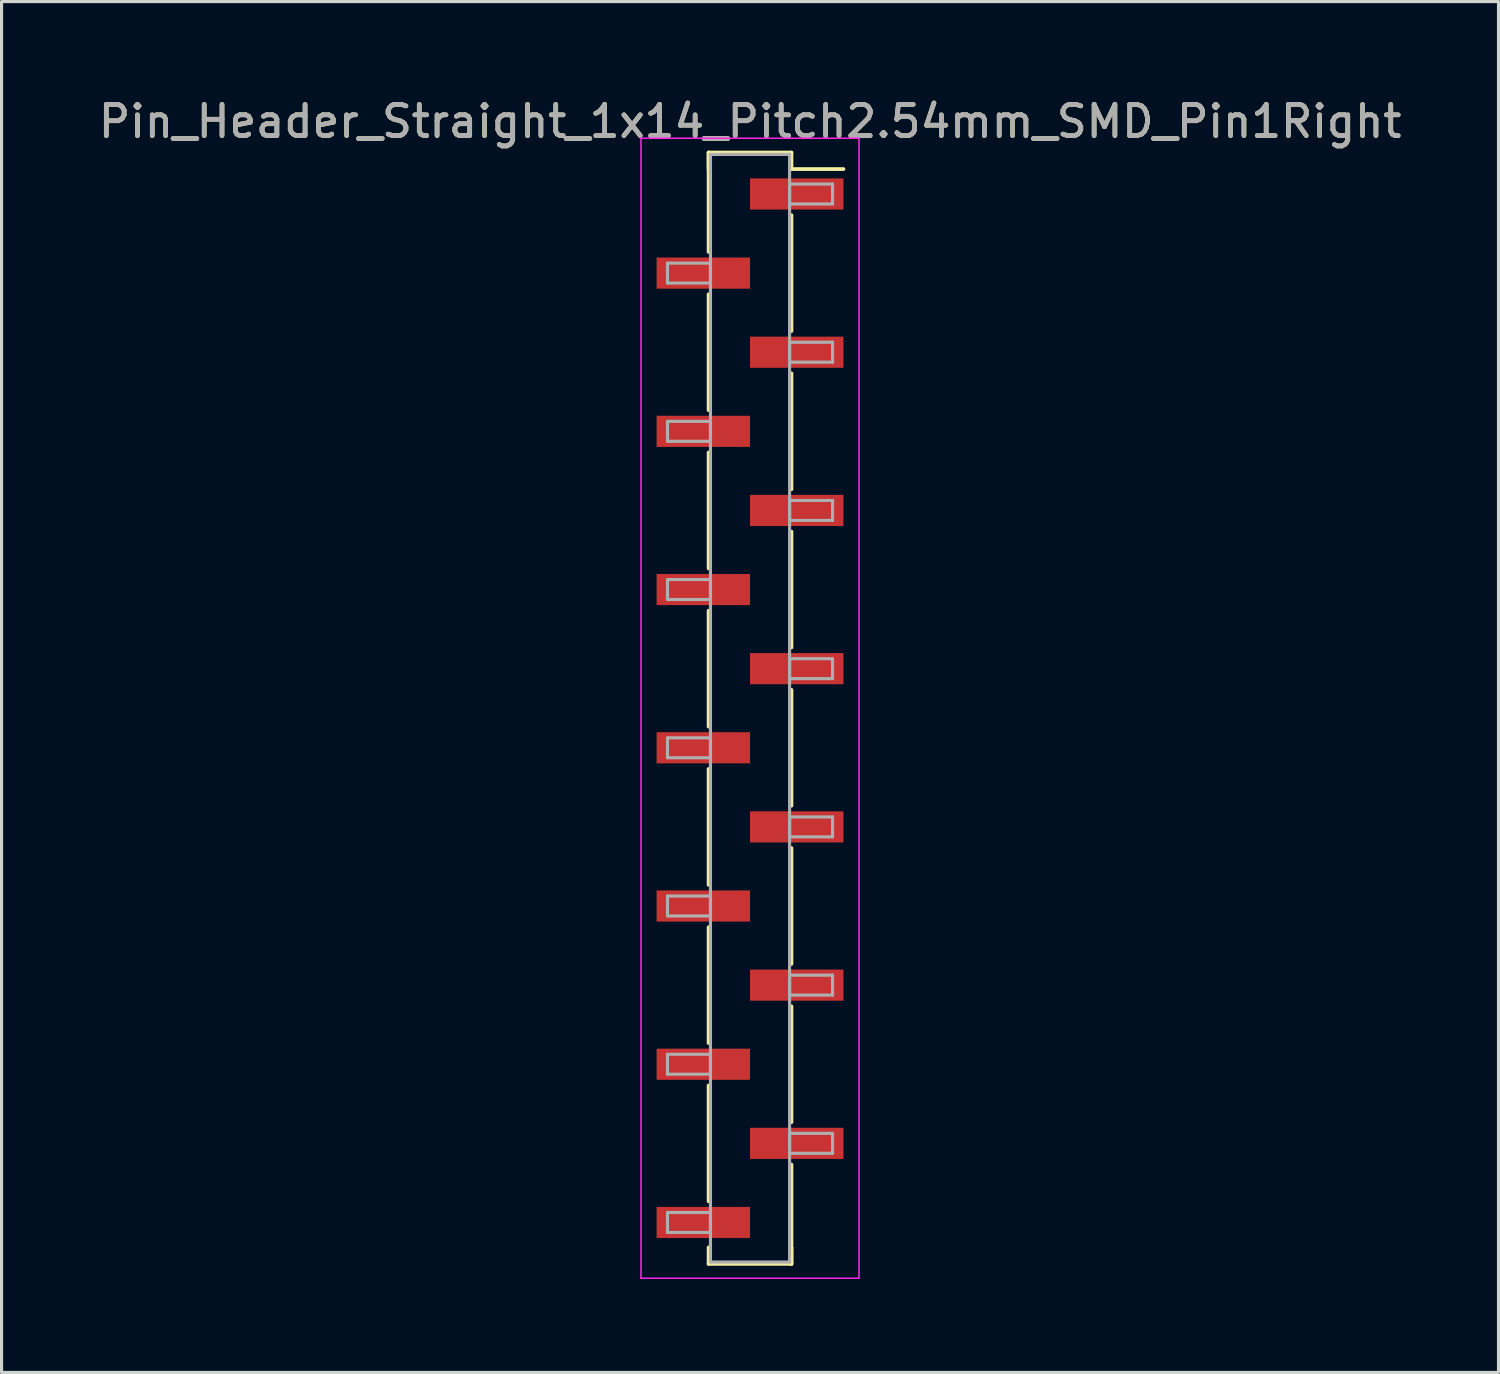
<source format=kicad_pcb>
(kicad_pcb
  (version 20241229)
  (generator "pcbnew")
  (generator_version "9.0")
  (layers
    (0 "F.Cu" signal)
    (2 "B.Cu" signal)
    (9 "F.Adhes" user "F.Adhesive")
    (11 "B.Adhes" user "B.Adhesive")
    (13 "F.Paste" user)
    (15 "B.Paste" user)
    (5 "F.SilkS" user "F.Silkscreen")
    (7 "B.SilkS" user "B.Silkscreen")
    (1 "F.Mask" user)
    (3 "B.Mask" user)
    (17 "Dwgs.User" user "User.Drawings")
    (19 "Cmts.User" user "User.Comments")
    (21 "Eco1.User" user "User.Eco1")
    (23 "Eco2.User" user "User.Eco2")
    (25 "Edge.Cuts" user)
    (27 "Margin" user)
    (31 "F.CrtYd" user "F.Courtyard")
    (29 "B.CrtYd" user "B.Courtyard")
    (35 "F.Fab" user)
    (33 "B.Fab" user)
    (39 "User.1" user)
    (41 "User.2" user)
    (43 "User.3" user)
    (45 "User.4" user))
  (footprint "Pin_Header_Straight_1x14_Pitch2.54mm_SMD_Pin1Right"
    (layer "F.Cu")
    (at 21.03 19.688)
    (property "Reference" "Pin_Header_Straight_1x14_Pitch2.54mm_SMD_Pin1Right" (at 0 -18.84 0) (layer "F.SilkS") (effects (font (size 1 1) (thickness 0.15))))
    (attr smd)
    (fp_line (start -1.33 -17.84) (end -1.33 -14.65) (stroke (width 0.12) (type solid)) (layer "F.SilkS"))
    (fp_line (start -1.33 -17.84) (end 1.33 -17.84) (stroke (width 0.12) (type solid)) (layer "F.SilkS"))
    (fp_line (start -1.33 -17.31) (end -1.33 -17.84) (stroke (width 0.12) (type solid)) (layer "F.SilkS"))
    (fp_line (start -1.33 -13.29) (end -1.33 -9.57) (stroke (width 0.12) (type solid)) (layer "F.SilkS"))
    (fp_line (start -1.33 -8.21) (end -1.33 -4.49) (stroke (width 0.12) (type solid)) (layer "F.SilkS"))
    (fp_line (start -1.33 -3.13) (end -1.33 0.59) (stroke (width 0.12) (type solid)) (layer "F.SilkS"))
    (fp_line (start -1.33 1.95) (end -1.33 5.67) (stroke (width 0.12) (type solid)) (layer "F.SilkS"))
    (fp_line (start -1.33 7.03) (end -1.33 10.75) (stroke (width 0.12) (type solid)) (layer "F.SilkS"))
    (fp_line (start -1.33 12.11) (end -1.33 15.83) (stroke (width 0.12) (type solid)) (layer "F.SilkS"))
    (fp_line (start -1.33 17.31) (end -1.33 17.84) (stroke (width 0.12) (type solid)) (layer "F.SilkS"))
    (fp_line (start -1.33 17.84) (end 1.33 17.84) (stroke (width 0.12) (type solid)) (layer "F.SilkS"))
    (fp_line (start 1.33 -17.84) (end 1.33 -17.31) (stroke (width 0.12) (type solid)) (layer "F.SilkS"))
    (fp_line (start 1.33 -17.31) (end 3 -17.31) (stroke (width 0.12) (type solid)) (layer "F.SilkS"))
    (fp_line (start 1.33 -15.83) (end 1.33 -12.11) (stroke (width 0.12) (type solid)) (layer "F.SilkS"))
    (fp_line (start 1.33 -10.75) (end 1.33 -7.03) (stroke (width 0.12) (type solid)) (layer "F.SilkS"))
    (fp_line (start 1.33 -5.67) (end 1.33 -1.95) (stroke (width 0.12) (type solid)) (layer "F.SilkS"))
    (fp_line (start 1.33 -0.59) (end 1.33 3.13) (stroke (width 0.12) (type solid)) (layer "F.SilkS"))
    (fp_line (start 1.33 4.49) (end 1.33 8.21) (stroke (width 0.12) (type solid)) (layer "F.SilkS"))
    (fp_line (start 1.33 9.57) (end 1.33 13.29) (stroke (width 0.12) (type solid)) (layer "F.SilkS"))
    (fp_line (start 1.33 14.65) (end 1.33 17.84) (stroke (width 0.12) (type solid)) (layer "F.SilkS"))
    (fp_line (start 1.33 17.84) (end 1.33 17.31) (stroke (width 0.12) (type solid)) (layer "F.SilkS"))
    (fp_line (start -3.5 -18.3) (end -3.5 18.3) (stroke (width 0.05) (type solid)) (layer "F.CrtYd"))
    (fp_line (start -3.5 18.3) (end 3.5 18.3) (stroke (width 0.05) (type solid)) (layer "F.CrtYd"))
    (fp_line (start 3.5 -18.3) (end -3.5 -18.3) (stroke (width 0.05) (type solid)) (layer "F.CrtYd"))
    (fp_line (start 3.5 18.3) (end 3.5 -18.3) (stroke (width 0.05) (type solid)) (layer "F.CrtYd"))
    (fp_line (start -2.65 -14.29) (end -1.27 -14.29) (stroke (width 0.1) (type solid)) (layer "F.Fab"))
    (fp_line (start -2.65 -13.65) (end -2.65 -14.29) (stroke (width 0.1) (type solid)) (layer "F.Fab"))
    (fp_line (start -2.65 -9.21) (end -1.27 -9.21) (stroke (width 0.1) (type solid)) (layer "F.Fab"))
    (fp_line (start -2.65 -8.57) (end -2.65 -9.21) (stroke (width 0.1) (type solid)) (layer "F.Fab"))
    (fp_line (start -2.65 -4.13) (end -1.27 -4.13) (stroke (width 0.1) (type solid)) (layer "F.Fab"))
    (fp_line (start -2.65 -3.49) (end -2.65 -4.13) (stroke (width 0.1) (type solid)) (layer "F.Fab"))
    (fp_line (start -2.65 0.95) (end -1.27 0.95) (stroke (width 0.1) (type solid)) (layer "F.Fab"))
    (fp_line (start -2.65 1.59) (end -2.65 0.95) (stroke (width 0.1) (type solid)) (layer "F.Fab"))
    (fp_line (start -2.65 6.03) (end -1.27 6.03) (stroke (width 0.1) (type solid)) (layer "F.Fab"))
    (fp_line (start -2.65 6.67) (end -2.65 6.03) (stroke (width 0.1) (type solid)) (layer "F.Fab"))
    (fp_line (start -2.65 11.11) (end -1.27 11.11) (stroke (width 0.1) (type solid)) (layer "F.Fab"))
    (fp_line (start -2.65 11.75) (end -2.65 11.11) (stroke (width 0.1) (type solid)) (layer "F.Fab"))
    (fp_line (start -2.65 16.19) (end -1.27 16.19) (stroke (width 0.1) (type solid)) (layer "F.Fab"))
    (fp_line (start -2.65 16.83) (end -2.65 16.19) (stroke (width 0.1) (type solid)) (layer "F.Fab"))
    (fp_line (start -1.27 -17.78) (end -1.27 17.78) (stroke (width 0.1) (type solid)) (layer "F.Fab"))
    (fp_line (start -1.27 -14.29) (end -1.27 -13.65) (stroke (width 0.1) (type solid)) (layer "F.Fab"))
    (fp_line (start -1.27 -13.65) (end -2.65 -13.65) (stroke (width 0.1) (type solid)) (layer "F.Fab"))
    (fp_line (start -1.27 -9.21) (end -1.27 -8.57) (stroke (width 0.1) (type solid)) (layer "F.Fab"))
    (fp_line (start -1.27 -8.57) (end -2.65 -8.57) (stroke (width 0.1) (type solid)) (layer "F.Fab"))
    (fp_line (start -1.27 -4.13) (end -1.27 -3.49) (stroke (width 0.1) (type solid)) (layer "F.Fab"))
    (fp_line (start -1.27 -3.49) (end -2.65 -3.49) (stroke (width 0.1) (type solid)) (layer "F.Fab"))
    (fp_line (start -1.27 0.95) (end -1.27 1.59) (stroke (width 0.1) (type solid)) (layer "F.Fab"))
    (fp_line (start -1.27 1.59) (end -2.65 1.59) (stroke (width 0.1) (type solid)) (layer "F.Fab"))
    (fp_line (start -1.27 6.03) (end -1.27 6.67) (stroke (width 0.1) (type solid)) (layer "F.Fab"))
    (fp_line (start -1.27 6.67) (end -2.65 6.67) (stroke (width 0.1) (type solid)) (layer "F.Fab"))
    (fp_line (start -1.27 11.11) (end -1.27 11.75) (stroke (width 0.1) (type solid)) (layer "F.Fab"))
    (fp_line (start -1.27 11.75) (end -2.65 11.75) (stroke (width 0.1) (type solid)) (layer "F.Fab"))
    (fp_line (start -1.27 16.19) (end -1.27 16.83) (stroke (width 0.1) (type solid)) (layer "F.Fab"))
    (fp_line (start -1.27 16.83) (end -2.65 16.83) (stroke (width 0.1) (type solid)) (layer "F.Fab"))
    (fp_line (start -1.27 17.78) (end 1.27 17.78) (stroke (width 0.1) (type solid)) (layer "F.Fab"))
    (fp_line (start 1.27 -17.78) (end -1.27 -17.78) (stroke (width 0.1) (type solid)) (layer "F.Fab"))
    (fp_line (start 1.27 -16.83) (end 1.27 -16.19) (stroke (width 0.1) (type solid)) (layer "F.Fab"))
    (fp_line (start 1.27 -16.19) (end 2.65 -16.19) (stroke (width 0.1) (type solid)) (layer "F.Fab"))
    (fp_line (start 1.27 -11.75) (end 1.27 -11.11) (stroke (width 0.1) (type solid)) (layer "F.Fab"))
    (fp_line (start 1.27 -11.11) (end 2.65 -11.11) (stroke (width 0.1) (type solid)) (layer "F.Fab"))
    (fp_line (start 1.27 -6.67) (end 1.27 -6.03) (stroke (width 0.1) (type solid)) (layer "F.Fab"))
    (fp_line (start 1.27 -6.03) (end 2.65 -6.03) (stroke (width 0.1) (type solid)) (layer "F.Fab"))
    (fp_line (start 1.27 -1.59) (end 1.27 -0.95) (stroke (width 0.1) (type solid)) (layer "F.Fab"))
    (fp_line (start 1.27 -0.95) (end 2.65 -0.95) (stroke (width 0.1) (type solid)) (layer "F.Fab"))
    (fp_line (start 1.27 3.49) (end 1.27 4.13) (stroke (width 0.1) (type solid)) (layer "F.Fab"))
    (fp_line (start 1.27 4.13) (end 2.65 4.13) (stroke (width 0.1) (type solid)) (layer "F.Fab"))
    (fp_line (start 1.27 8.57) (end 1.27 9.21) (stroke (width 0.1) (type solid)) (layer "F.Fab"))
    (fp_line (start 1.27 9.21) (end 2.65 9.21) (stroke (width 0.1) (type solid)) (layer "F.Fab"))
    (fp_line (start 1.27 13.65) (end 1.27 14.29) (stroke (width 0.1) (type solid)) (layer "F.Fab"))
    (fp_line (start 1.27 14.29) (end 2.65 14.29) (stroke (width 0.1) (type solid)) (layer "F.Fab"))
    (fp_line (start 1.27 17.78) (end 1.27 -17.78) (stroke (width 0.1) (type solid)) (layer "F.Fab"))
    (fp_line (start 2.65 -16.83) (end 1.27 -16.83) (stroke (width 0.1) (type solid)) (layer "F.Fab"))
    (fp_line (start 2.65 -16.19) (end 2.65 -16.83) (stroke (width 0.1) (type solid)) (layer "F.Fab"))
    (fp_line (start 2.65 -11.75) (end 1.27 -11.75) (stroke (width 0.1) (type solid)) (layer "F.Fab"))
    (fp_line (start 2.65 -11.11) (end 2.65 -11.75) (stroke (width 0.1) (type solid)) (layer "F.Fab"))
    (fp_line (start 2.65 -6.67) (end 1.27 -6.67) (stroke (width 0.1) (type solid)) (layer "F.Fab"))
    (fp_line (start 2.65 -6.03) (end 2.65 -6.67) (stroke (width 0.1) (type solid)) (layer "F.Fab"))
    (fp_line (start 2.65 -1.59) (end 1.27 -1.59) (stroke (width 0.1) (type solid)) (layer "F.Fab"))
    (fp_line (start 2.65 -0.95) (end 2.65 -1.59) (stroke (width 0.1) (type solid)) (layer "F.Fab"))
    (fp_line (start 2.65 3.49) (end 1.27 3.49) (stroke (width 0.1) (type solid)) (layer "F.Fab"))
    (fp_line (start 2.65 4.13) (end 2.65 3.49) (stroke (width 0.1) (type solid)) (layer "F.Fab"))
    (fp_line (start 2.65 8.57) (end 1.27 8.57) (stroke (width 0.1) (type solid)) (layer "F.Fab"))
    (fp_line (start 2.65 9.21) (end 2.65 8.57) (stroke (width 0.1) (type solid)) (layer "F.Fab"))
    (fp_line (start 2.65 13.65) (end 1.27 13.65) (stroke (width 0.1) (type solid)) (layer "F.Fab"))
    (fp_line (start 2.65 14.29) (end 2.65 13.65) (stroke (width 0.1) (type solid)) (layer "F.Fab"))
    (fp_text user "${REFERENCE}" (at 0 -18.84 0) (layer "F.Fab") (effects (font (size 1 1) (thickness 0.15))))
    (pad "1" smd rect (at 1.5 -16.51) (size 3 1) (layers "F.Cu" "F.Mask" "F.Paste"))
    (pad "2" smd rect (at -1.5 -13.97) (size 3 1) (layers "F.Cu" "F.Mask" "F.Paste"))
    (pad "3" smd rect (at 1.5 -11.43) (size 3 1) (layers "F.Cu" "F.Mask" "F.Paste"))
    (pad "4" smd rect (at -1.5 -8.89) (size 3 1) (layers "F.Cu" "F.Mask" "F.Paste"))
    (pad "5" smd rect (at 1.5 -6.35) (size 3 1) (layers "F.Cu" "F.Mask" "F.Paste"))
    (pad "6" smd rect (at -1.5 -3.81) (size 3 1) (layers "F.Cu" "F.Mask" "F.Paste"))
    (pad "7" smd rect (at 1.5 -1.27) (size 3 1) (layers "F.Cu" "F.Mask" "F.Paste"))
    (pad "8" smd rect (at -1.5 1.27) (size 3 1) (layers "F.Cu" "F.Mask" "F.Paste"))
    (pad "9" smd rect (at 1.5 3.81) (size 3 1) (layers "F.Cu" "F.Mask" "F.Paste"))
    (pad "10" smd rect (at -1.5 6.35) (size 3 1) (layers "F.Cu" "F.Mask" "F.Paste"))
    (pad "11" smd rect (at 1.5 8.89) (size 3 1) (layers "F.Cu" "F.Mask" "F.Paste"))
    (pad "12" smd rect (at -1.5 11.43) (size 3 1) (layers "F.Cu" "F.Mask" "F.Paste"))
    (pad "13" smd rect (at 1.5 13.97) (size 3 1) (layers "F.Cu" "F.Mask" "F.Paste"))
    (pad "14" smd rect (at -1.5 16.51) (size 3 1) (layers "F.Cu" "F.Mask" "F.Paste")))
  (gr_rect
    (start -3 -3)
    (end 45.06 41.013)
    (stroke (width 0.1) (type default))
    (fill no)
    (layer "Edge.Cuts")))
</source>
